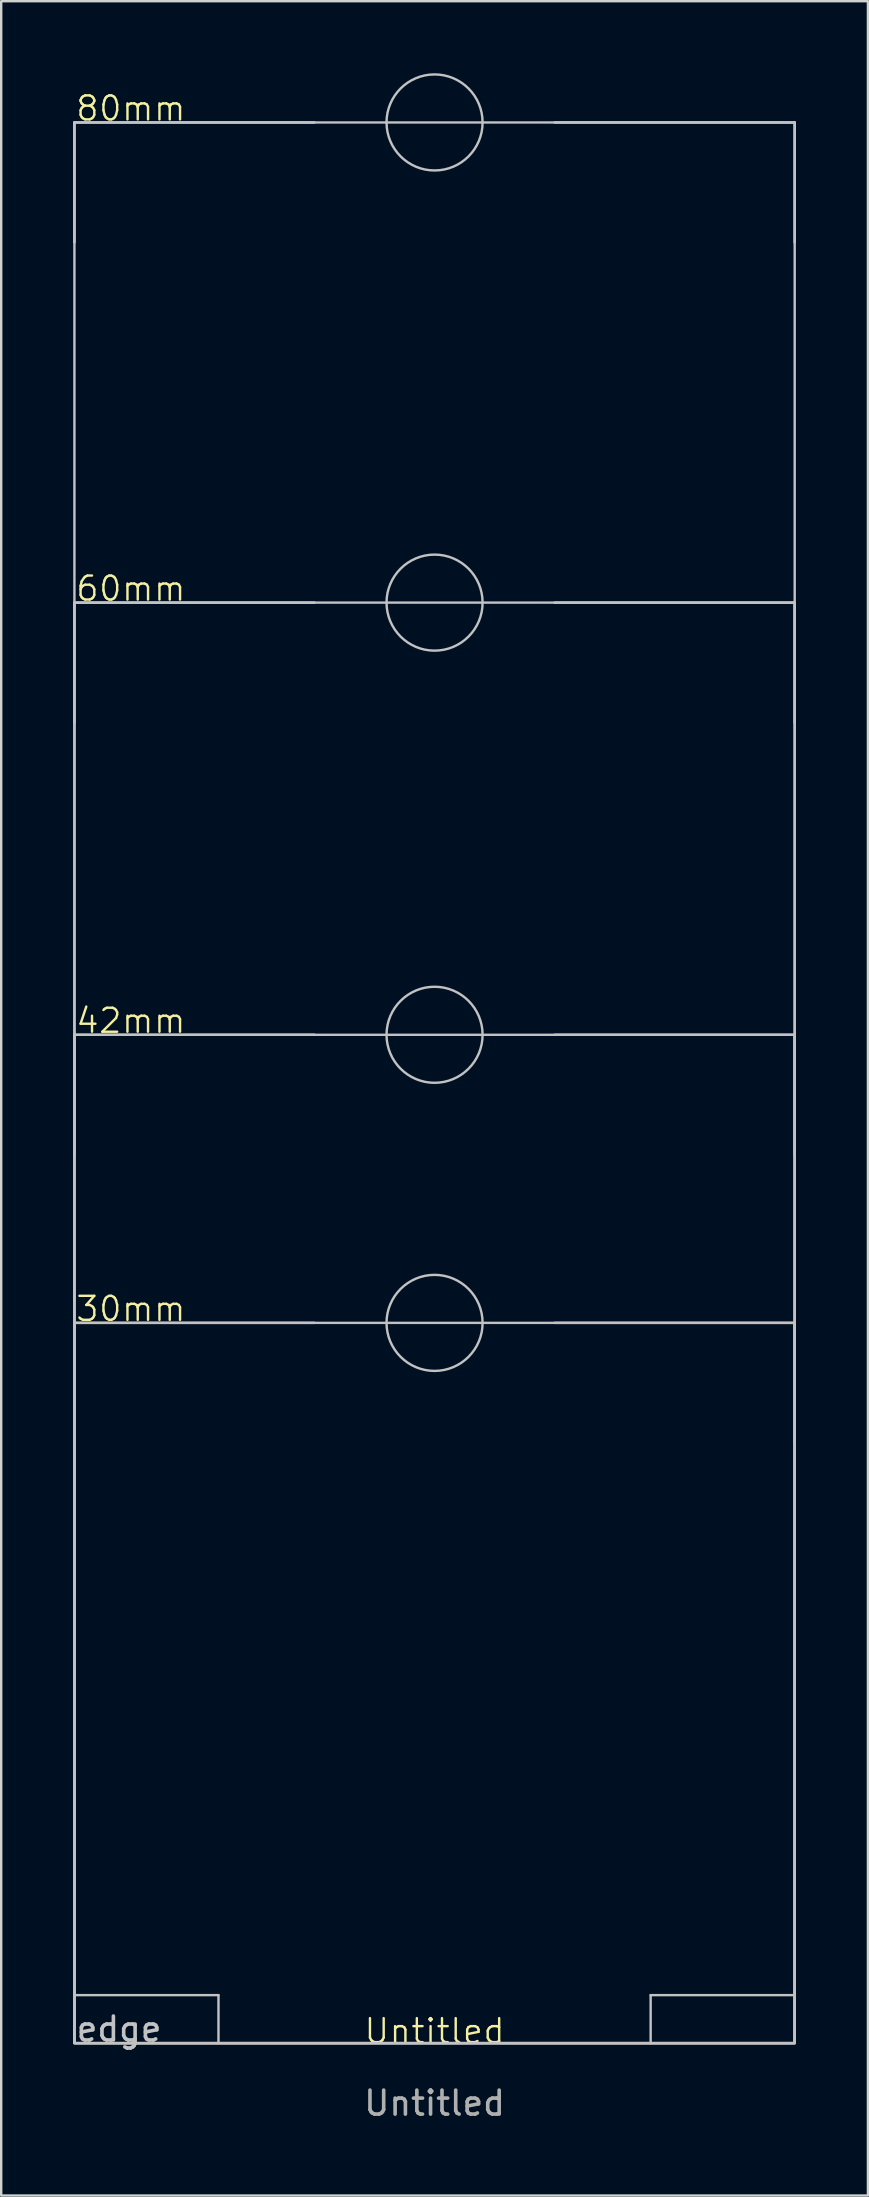
<source format=kicad_pcb>
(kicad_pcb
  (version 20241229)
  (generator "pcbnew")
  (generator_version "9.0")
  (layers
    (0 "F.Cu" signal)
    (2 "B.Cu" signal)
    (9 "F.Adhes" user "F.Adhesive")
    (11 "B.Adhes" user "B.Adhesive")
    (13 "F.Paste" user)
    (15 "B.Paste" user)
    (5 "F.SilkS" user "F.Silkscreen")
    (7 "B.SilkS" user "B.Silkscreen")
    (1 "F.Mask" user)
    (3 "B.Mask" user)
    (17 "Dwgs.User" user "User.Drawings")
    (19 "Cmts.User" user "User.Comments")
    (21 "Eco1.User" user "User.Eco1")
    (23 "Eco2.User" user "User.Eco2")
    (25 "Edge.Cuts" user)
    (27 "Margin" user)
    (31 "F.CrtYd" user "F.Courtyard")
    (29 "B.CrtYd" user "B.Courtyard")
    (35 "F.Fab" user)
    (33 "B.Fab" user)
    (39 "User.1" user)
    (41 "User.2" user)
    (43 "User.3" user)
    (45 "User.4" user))
  (footprint "Untitled"
    (layer "F.Cu")
    (at 15.05 82.05)
    (property "Reference" "Untitled" (at 0 -0.5 0) (unlocked yes) (layer "F.SilkS") (effects (font (size 1 1) (thickness 0.1))))
    (attr smd)
    (fp_line (start -15 -80) (end -15 -75) (stroke (width 0.1) (type default)) (layer "F.SilkS"))
    (fp_line (start -15 -80) (end -5 -80) (stroke (width 0.1) (type default)) (layer "F.SilkS"))
    (fp_line (start -15 -60) (end -15 -55) (stroke (width 0.1) (type default)) (layer "F.SilkS"))
    (fp_line (start -15 -60) (end -5 -60) (stroke (width 0.1) (type default)) (layer "F.SilkS"))
    (fp_line (start -15 -42) (end -15 -37) (stroke (width 0.1) (type default)) (layer "F.SilkS"))
    (fp_line (start -15 -42) (end -5 -42) (stroke (width 0.1) (type default)) (layer "F.SilkS"))
    (fp_line (start -15 -30) (end -15 -25) (stroke (width 0.1) (type default)) (layer "F.SilkS"))
    (fp_line (start -15 -30) (end -5 -30) (stroke (width 0.1) (type default)) (layer "F.SilkS"))
    (fp_line (start 5 -80) (end 15 -80) (stroke (width 0.1) (type default)) (layer "F.SilkS"))
    (fp_line (start 5 -60) (end 15 -60) (stroke (width 0.1) (type default)) (layer "F.SilkS"))
    (fp_line (start 5 -42) (end 15 -42) (stroke (width 0.1) (type default)) (layer "F.SilkS"))
    (fp_line (start 5 -30) (end 15 -30) (stroke (width 0.1) (type default)) (layer "F.SilkS"))
    (fp_line (start 15 -80) (end 15 -75) (stroke (width 0.1) (type default)) (layer "F.SilkS"))
    (fp_line (start 15 -60) (end 15 -55) (stroke (width 0.1) (type default)) (layer "F.SilkS"))
    (fp_line (start 15 -42) (end 15 -37) (stroke (width 0.1) (type default)) (layer "F.SilkS"))
    (fp_line (start 15 -30) (end 15 -25) (stroke (width 0.1) (type default)) (layer "F.SilkS"))
    (fp_line (start -15 -2) (end -9 -2) (stroke (width 0.1) (type default)) (layer "Dwgs.User"))
    (fp_line (start -9 -2) (end -9 0) (stroke (width 0.1) (type default)) (layer "Dwgs.User"))
    (fp_line (start 9 -2) (end 9 0) (stroke (width 0.1) (type default)) (layer "Dwgs.User"))
    (fp_line (start 9 -2) (end 15 -2) (stroke (width 0.1) (type default)) (layer "Dwgs.User"))
    (fp_rect (start -15 -80) (end 15 0) (stroke (width 0.1) (type default)) (fill no) (layer "Dwgs.User"))
    (fp_rect (start -15 -60) (end 15 0) (stroke (width 0.1) (type default)) (fill no) (layer "Dwgs.User"))
    (fp_rect (start -15 -42) (end 15 0) (stroke (width 0.1) (type default)) (fill no) (layer "Dwgs.User"))
    (fp_rect (start -15 -30) (end 15 0) (stroke (width 0.1) (type default)) (fill no) (layer "Dwgs.User"))
    (fp_circle (center 0 -80) (end -2 -80) (stroke (width 0.1) (type default)) (fill no) (layer "Dwgs.User"))
    (fp_circle (center 0 -60) (end -2 -60) (stroke (width 0.1) (type default)) (fill no) (layer "Dwgs.User"))
    (fp_circle (center 0 -42) (end -2 -42) (stroke (width 0.1) (type default)) (fill no) (layer "Dwgs.User"))
    (fp_circle (center 0 -30) (end -2 -30) (stroke (width 0.1) (type default)) (fill no) (layer "Dwgs.User"))
    (fp_text user "60mm" (at -15 -60 0) (unlocked yes) (layer "F.SilkS") (effects (font (size 1 1) (thickness 0.1)) (justify left bottom)))
    (fp_text user "42mm" (at -15 -42 0) (unlocked yes) (layer "F.SilkS") (effects (font (size 1 1) (thickness 0.1)) (justify left bottom)))
    (fp_text user "30mm" (at -15 -30 0) (unlocked yes) (layer "F.SilkS") (effects (font (size 1 1) (thickness 0.1)) (justify left bottom)))
    (fp_text user "80mm" (at -15 -80 0) (unlocked yes) (layer "F.SilkS") (effects (font (size 1 1) (thickness 0.1)) (justify left bottom)))
    (fp_text user "edge" (at -15 0 0) (unlocked yes) (layer "Dwgs.User") (effects (font (size 1 1) (thickness 0.15)) (justify left bottom)))
    (fp_text user "${REFERENCE}" (at 0 2.5 0) (unlocked yes) (layer "F.Fab") (effects (font (size 1 1) (thickness 0.15)))))
  (gr_rect
    (start -3 -3)
    (end 33.1 88.398)
    (stroke (width 0.1) (type default))
    (fill no)
    (layer "Edge.Cuts")))
</source>
